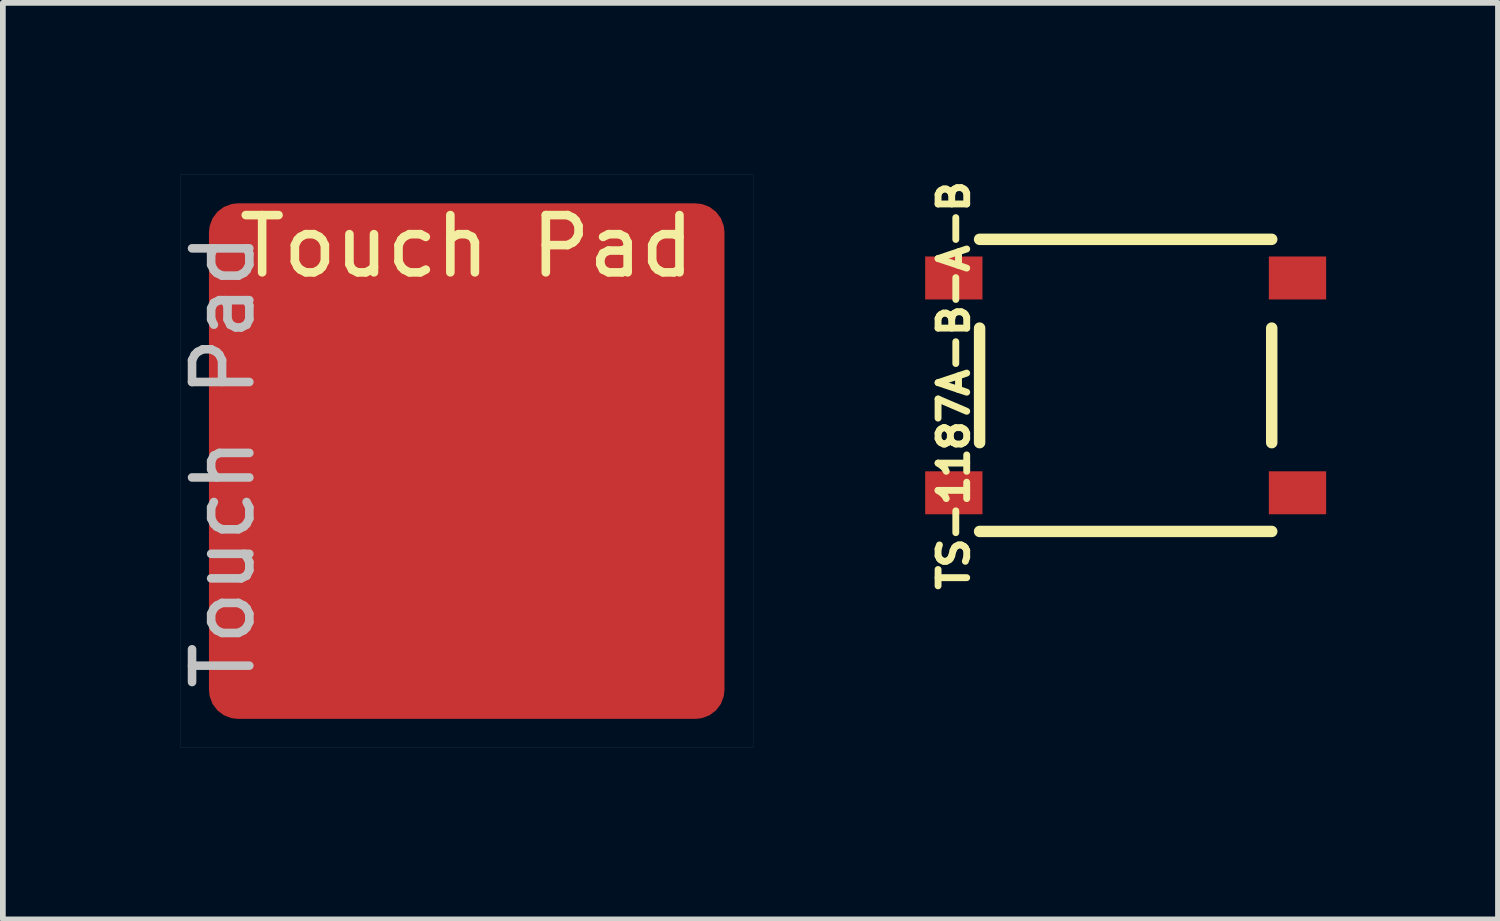
<source format=kicad_pcb>
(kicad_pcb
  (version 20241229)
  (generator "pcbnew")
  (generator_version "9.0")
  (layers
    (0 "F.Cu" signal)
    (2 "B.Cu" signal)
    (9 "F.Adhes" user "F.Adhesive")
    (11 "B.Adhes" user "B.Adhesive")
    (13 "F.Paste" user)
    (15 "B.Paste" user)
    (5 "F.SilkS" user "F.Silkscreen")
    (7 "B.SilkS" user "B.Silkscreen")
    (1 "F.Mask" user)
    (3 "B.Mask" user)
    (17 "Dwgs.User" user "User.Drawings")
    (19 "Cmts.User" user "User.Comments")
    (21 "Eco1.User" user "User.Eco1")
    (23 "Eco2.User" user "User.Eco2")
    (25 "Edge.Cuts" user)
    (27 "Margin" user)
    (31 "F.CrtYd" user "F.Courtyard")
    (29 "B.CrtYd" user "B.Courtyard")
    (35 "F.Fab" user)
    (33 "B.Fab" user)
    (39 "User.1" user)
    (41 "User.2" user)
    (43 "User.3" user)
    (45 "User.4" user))
  (footprint "Touch Pad"
    (layer "F.Cu")
    (at 5.098 5)
    (property "Reference" "Touch Pad" (at 0 -3.75 0) (unlocked yes) (layer "F.SilkS") (effects (font (size 1 1) (thickness 0.15))))
    (attr smd)
    (fp_rect (start -5 -5) (end 5 5) (stroke (width 0.001) (type solid)) (fill no) (layer "Dwgs.User"))
    (fp_text user "${REFERENCE}" (at -4.25 0 90) (unlocked yes) (layer "Dwgs.User") (effects (font (size 1 1) (thickness 0.15))))
    (pad "1" smd roundrect (at 0 0) (size 9 9) (layers "F.Cu" "F.Mask" "F.Paste") (roundrect_rratio 0.056)))
  (footprint "TS-1187A-B-A-B"
    (layer "F.Cu")
    (at 16.602 3.678)
    (property "Reference" "TS-1187A-B-A-B" (at -3 0 90) (layer "F.SilkS") (effects (font (size 0.5 0.5) (thickness 0.12))))
    (attr through_hole)
    (fp_line (start -2.55 -2.55) (end 2.55 -2.55) (stroke (width 0.2) (type solid)) (layer "F.SilkS"))
    (fp_line (start -2.55 -1) (end -2.55 1) (stroke (width 0.2) (type solid)) (layer "F.SilkS"))
    (fp_line (start -2.55 2.55) (end 2.55 2.55) (stroke (width 0.2) (type solid)) (layer "F.SilkS"))
    (fp_line (start 2.55 -1) (end 2.55 1) (stroke (width 0.2) (type solid)) (layer "F.SilkS"))
    (pad "1" smd rect (at -3 -1.875) (size 1 0.75) (layers "F.Cu" "F.Mask" "F.Paste"))
    (pad "1" smd rect (at 3 -1.875) (size 1 0.75) (layers "F.Cu" "F.Mask" "F.Paste"))
    (pad "2" smd rect (at -3 1.875) (size 1 0.75) (layers "F.Cu" "F.Mask" "F.Paste"))
    (pad "2" smd rect (at 3 1.875) (size 1 0.75) (layers "F.Cu" "F.Mask" "F.Paste")))
  (gr_rect
    (start -3 -3)
    (end 23.102 13.001)
    (stroke (width 0.1) (type default))
    (fill no)
    (layer "Edge.Cuts")))
</source>
